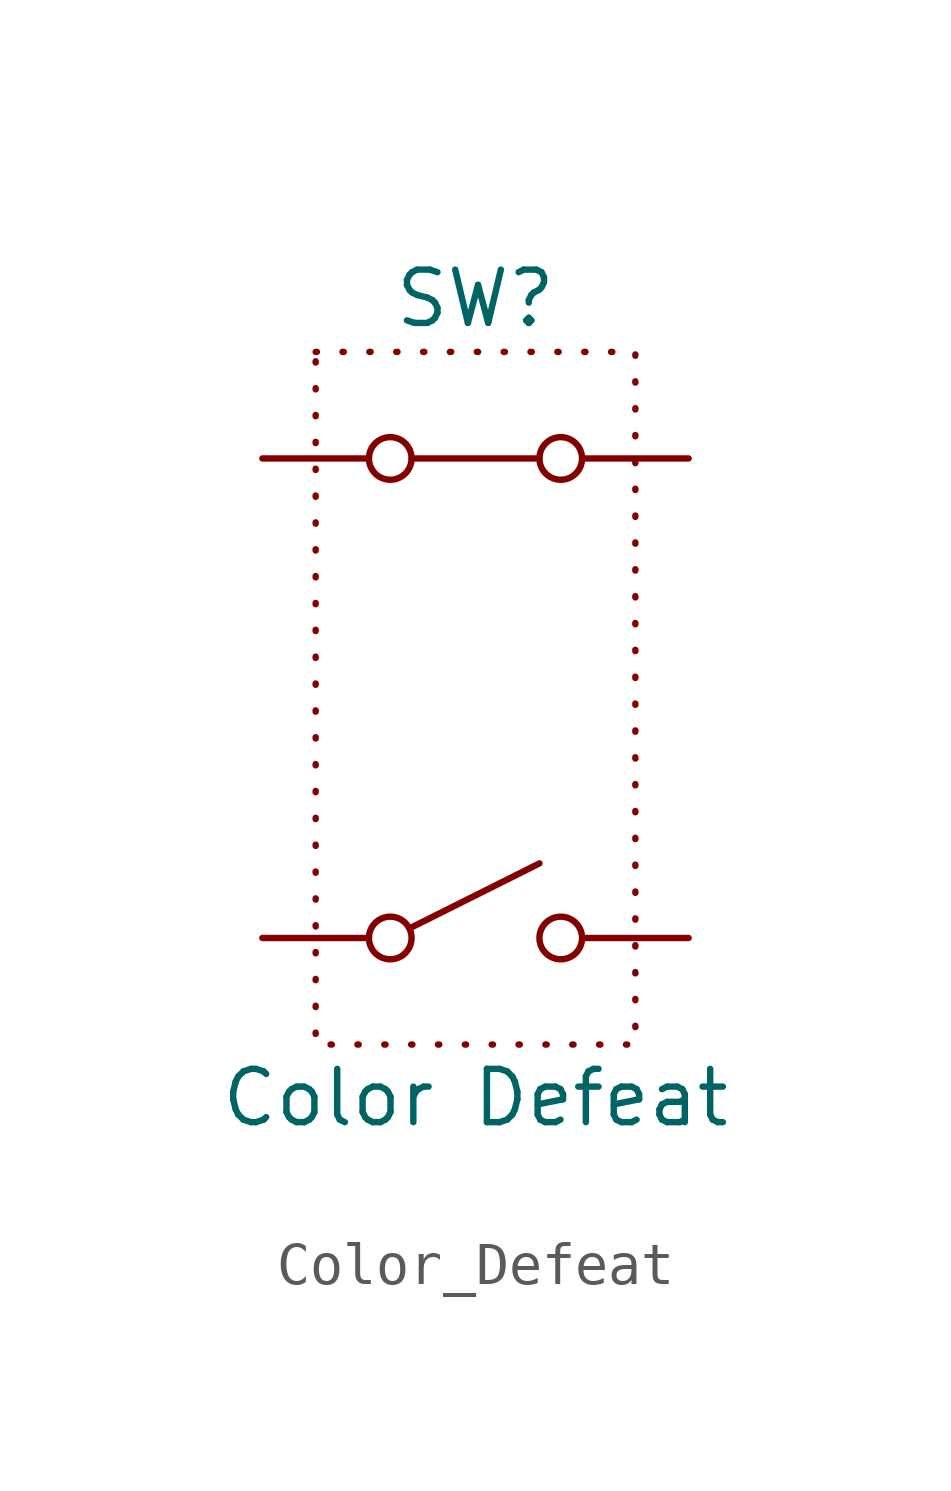
<source format=kicad_sym>
(kicad_symbol_lib
  (version 20220914)
  (generator kicad_symbol_editor)
  (symbol "Color_Defeat"
    (pin_names
      (offset 0) hide)
    (property "Reference" "SW"
      (at 0 3.81 0)
      (effects (font (size 1.27 1.27))))
    (property "Value" "Color Defeat"
      (at 0 -15.24 0)
      (effects (font (size 1.27 1.27))))
    (symbol "Color_Defeat_0_0"
      (circle (center -2.032 -11.43) (radius 0.508) (stroke (width 0) (type default)) (fill (type none)))
      (circle (center -2.032 0) (radius 0.508) (stroke (width 0) (type default)) (fill (type none)))
      (polyline (pts (xy -1.524 -11.176) (xy 1.524 -9.652)) (stroke (width 0) (type default)) (fill (type none)))
      (circle (center 2.032 -11.43) (radius 0.508) (stroke (width 0) (type default)) (fill (type none)))
      (circle (center 2.032 0) (radius 0.508) (stroke (width 0) (type default)) (fill (type none))))
    (symbol "Color_Defeat_0_1"
      (polyline (pts (xy -1.524 0) (xy 1.524 0)) (stroke (width 0) (type default)) (fill (type none))))
    (symbol "Color_Defeat_1_1"
      (rectangle (start -3.81 2.54) (end 3.81 -13.97) (stroke (width 0) (type dot)) (fill (type none)))
      (pin passive line (at -5.08 0 0) (length 2.54) (name "A" (effects (font (size 1.27 1.27)))) (number "" (effects (font (size 1.27 1.27)))))
      (pin passive line (at 5.08 0 180) (length 2.54) (name "B" (effects (font (size 1.27 1.27)))) (number "" (effects (font (size 1.27 1.27)))))
      (pin passive line (at 5.08 -11.43 180) (length 2.54) (name "C" (effects (font (size 1.27 1.27)))) (number "" (effects (font (size 1.27 1.27)))))
      (pin passive line (at -5.08 -11.43 0) (length 2.54) (name "D" (effects (font (size 1.27 1.27)))) (number "" (effects (font (size 1.27 1.27))))))))
</source>
